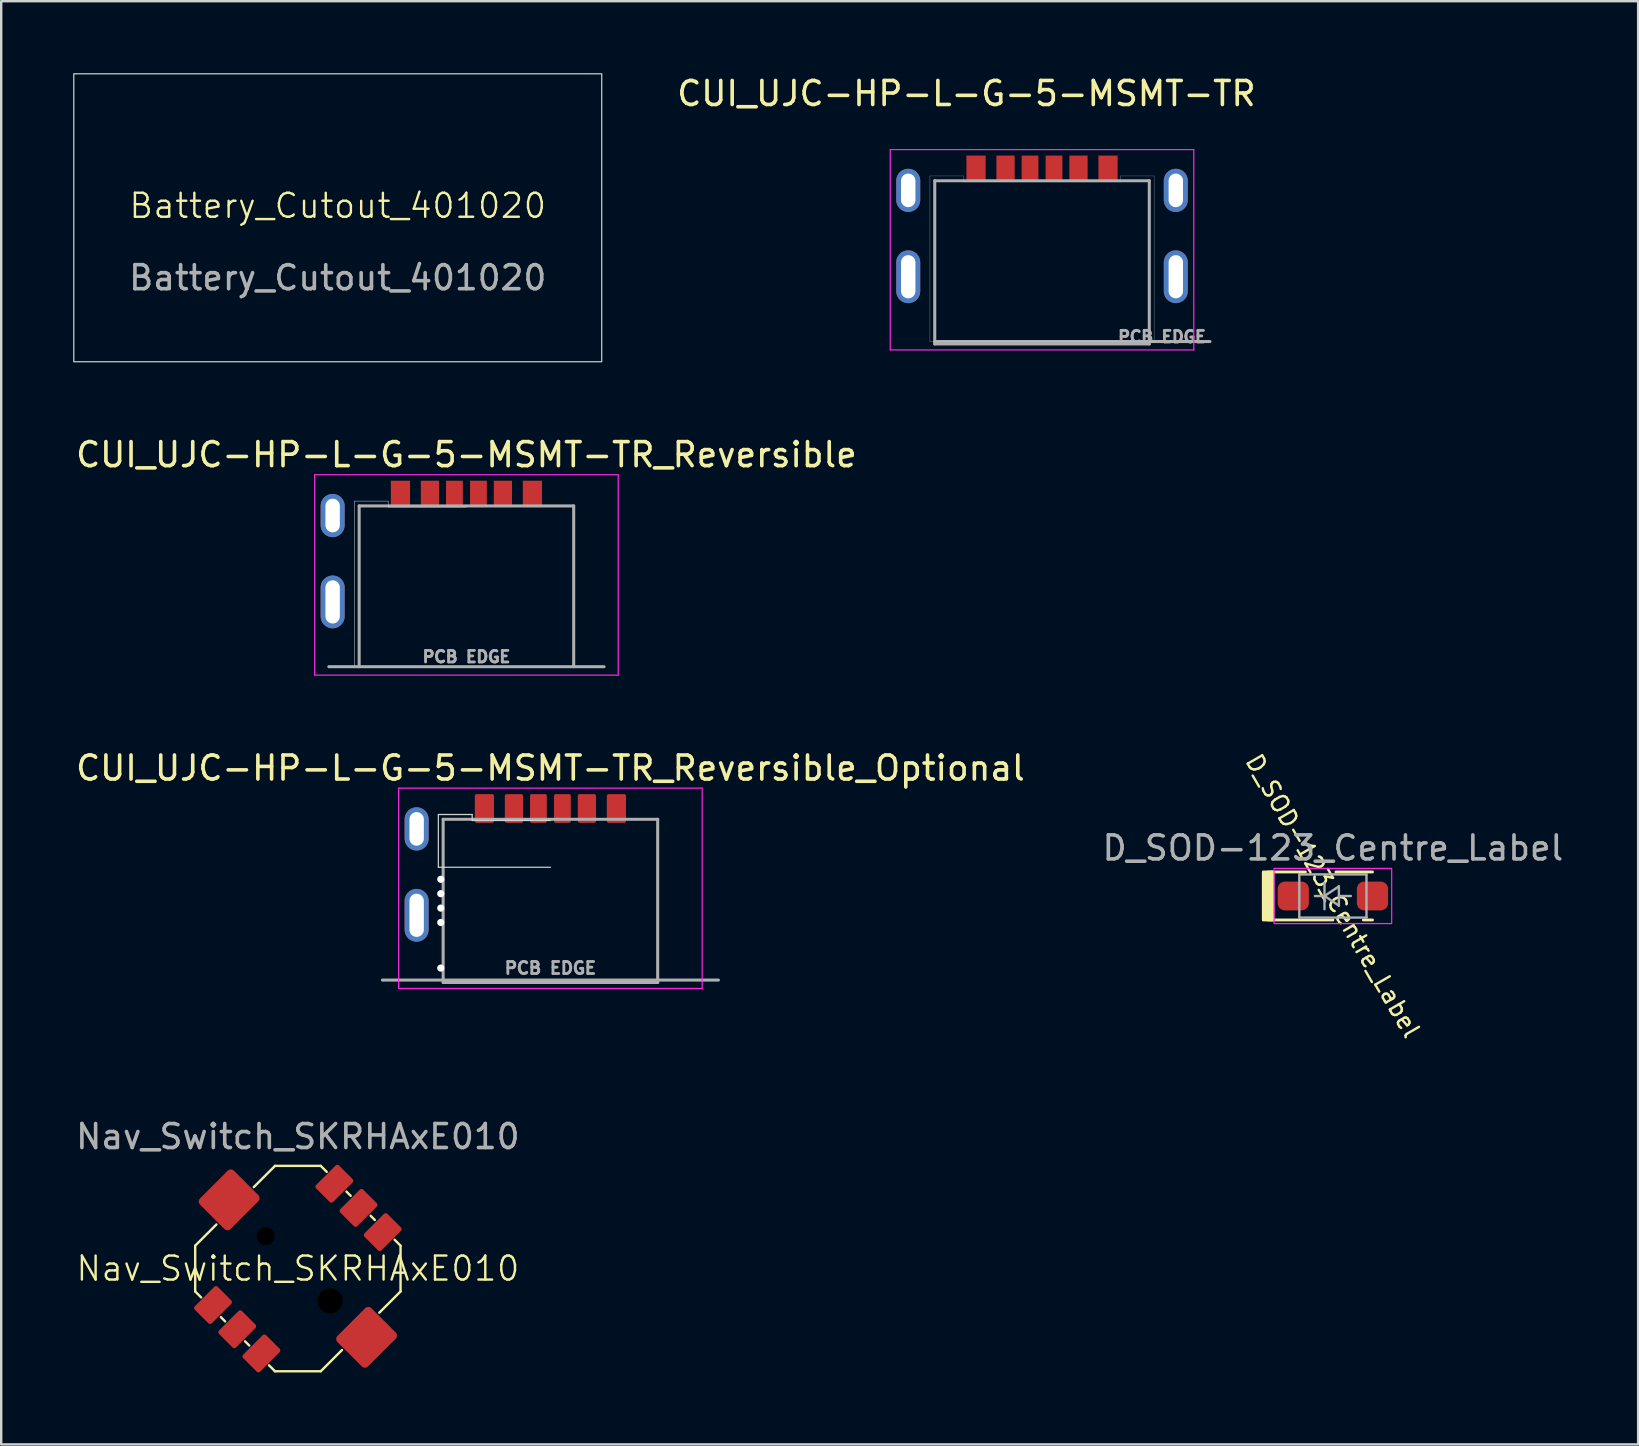
<source format=kicad_pcb>
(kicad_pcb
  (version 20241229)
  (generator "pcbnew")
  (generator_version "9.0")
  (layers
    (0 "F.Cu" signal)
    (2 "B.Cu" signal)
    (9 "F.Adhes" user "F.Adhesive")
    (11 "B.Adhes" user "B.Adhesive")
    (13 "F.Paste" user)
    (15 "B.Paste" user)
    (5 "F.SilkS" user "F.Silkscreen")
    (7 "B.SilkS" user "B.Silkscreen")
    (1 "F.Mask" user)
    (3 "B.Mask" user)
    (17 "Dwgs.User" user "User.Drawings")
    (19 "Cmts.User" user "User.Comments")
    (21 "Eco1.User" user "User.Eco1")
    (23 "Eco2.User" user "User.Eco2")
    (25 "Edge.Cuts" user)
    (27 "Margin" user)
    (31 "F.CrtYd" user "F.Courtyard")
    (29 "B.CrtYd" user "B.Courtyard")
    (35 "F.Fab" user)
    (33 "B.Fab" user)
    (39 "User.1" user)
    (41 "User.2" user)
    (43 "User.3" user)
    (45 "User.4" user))
  (footprint "Battery_Cutout_401020"
    (layer "F.Cu")
    (at 11.025 6.025)
    (property "Reference" "Battery_Cutout_401020" (at 0 -0.5 0) (unlocked yes) (layer "F.SilkS") (effects (font (size 1 1) (thickness 0.1))))
    (attr exclude_from_bom)
    (fp_rect (start -11 -6) (end 11 6) (stroke (width 0.05) (type default)) (fill no) (layer "Edge.Cuts"))
    (fp_text user "${REFERENCE}" (at 0 2.5 0) (unlocked yes) (layer "F.Fab") (effects (font (size 1 1) (thickness 0.15)))))
  (footprint "D_SOD-123_Centre_Label"
    (layer "F.Cu")
    (at 52.494 34.287)
    (property "Reference" "D_SOD-123_Centre_Label" (at 0 0 300) (layer "F.SilkS") (effects (font (size 0.7 0.7) (thickness 0.1))))
    (attr smd)
    (fp_line (start -2.7 -1) (end -1.143 -1) (stroke (width 0.12) (type solid)) (layer "F.SilkS"))
    (fp_line (start -2.7 1) (end 0 1) (stroke (width 0.12) (type solid)) (layer "F.SilkS"))
    (fp_line (start 0.127 -1) (end 1.65 -1) (stroke (width 0.12) (type solid)) (layer "F.SilkS"))
    (fp_line (start 1.27 1) (end 1.65 1) (stroke (width 0.12) (type solid)) (layer "F.SilkS"))
    (fp_rect (start -2.9 -1) (end -2.5 1) (stroke (width 0.12) (type solid)) (fill yes) (layer "F.SilkS"))
    (fp_rect (start -2.45 -1.15) (end 2.45 1.15) (stroke (width 0.05) (type default)) (fill no) (layer "F.CrtYd"))
    (fp_line (start -1.4 -0.9) (end 1.4 -0.9) (stroke (width 0.1) (type solid)) (layer "F.Fab"))
    (fp_line (start -1.4 0.9) (end -1.4 -0.9) (stroke (width 0.1) (type solid)) (layer "F.Fab"))
    (fp_line (start -0.75 0) (end -0.35 0) (stroke (width 0.1) (type solid)) (layer "F.Fab"))
    (fp_line (start -0.35 0) (end -0.35 -0.55) (stroke (width 0.1) (type solid)) (layer "F.Fab"))
    (fp_line (start -0.35 0) (end -0.35 0.55) (stroke (width 0.1) (type solid)) (layer "F.Fab"))
    (fp_line (start -0.35 0) (end 0.25 -0.4) (stroke (width 0.1) (type solid)) (layer "F.Fab"))
    (fp_line (start 0.25 -0.4) (end 0.25 0.4) (stroke (width 0.1) (type solid)) (layer "F.Fab"))
    (fp_line (start 0.25 0) (end 0.75 0) (stroke (width 0.1) (type solid)) (layer "F.Fab"))
    (fp_line (start 0.25 0.4) (end -0.35 0) (stroke (width 0.1) (type solid)) (layer "F.Fab"))
    (fp_line (start 1.4 -0.9) (end 1.4 0.9) (stroke (width 0.1) (type solid)) (layer "F.Fab"))
    (fp_line (start 1.4 0.9) (end -1.4 0.9) (stroke (width 0.1) (type solid)) (layer "F.Fab"))
    (fp_text user "${REFERENCE}" (at 0 -2 0) (layer "F.Fab") (effects (font (size 1 1) (thickness 0.15))))
    (pad "1" smd roundrect (at -1.65 0) (size 1.3 1.2) (layers "F.Cu" "F.Mask" "F.Paste") (roundrect_rratio 0.25))
    (pad "2" smd roundrect (at 1.65 0) (size 1.3 1.2) (layers "F.Cu" "F.Mask" "F.Paste") (roundrect_rratio 0.25)))
  (footprint "CUI_UJC-HP-L-G-5-MSMT-TR_Reversible"
    (layer "F.Cu")
    (at 16.387 22.033)
    (property "Reference" "CUI_UJC-HP-L-G-5-MSMT-TR_Reversible" (at 0 -6.135 0) (layer "F.SilkS") (effects (font (size 1 1) (thickness 0.15))))
    (attr smd)
    (fp_line (start -4.67 -4.2) (end -3.26 -4.2) (stroke (width 0.02) (type solid)) (layer "Edge.Cuts"))
    (fp_line (start -4.67 2.7) (end -4.67 -4.2) (stroke (width 0.02) (type solid)) (layer "Edge.Cuts"))
    (fp_line (start -3.26 -4.2) (end -3.26 -3.95) (stroke (width 0.02) (type solid)) (layer "Edge.Cuts"))
    (fp_line (start -3.26 -3.95) (end 0 -3.95) (stroke (width 0.02) (type solid)) (layer "Edge.Cuts"))
    (fp_line (start -6.325 -5.3) (end -6.325 3.05) (stroke (width 0.05) (type solid)) (layer "F.CrtYd"))
    (fp_line (start -6.325 3.05) (end 6.325 3.05) (stroke (width 0.05) (type solid)) (layer "F.CrtYd"))
    (fp_line (start 6.325 -5.3) (end -6.325 -5.3) (stroke (width 0.05) (type solid)) (layer "F.CrtYd"))
    (fp_line (start 6.325 3.05) (end 6.325 -5.3) (stroke (width 0.05) (type solid)) (layer "F.CrtYd"))
    (fp_line (start -4.47 -4) (end 4.47 -4) (stroke (width 0.127) (type solid)) (layer "F.Fab"))
    (fp_line (start -4.47 2.7) (end -4.47 -4) (stroke (width 0.127) (type solid)) (layer "F.Fab"))
    (fp_line (start 4.47 2.7) (end 4.47 -4) (stroke (width 0.127) (type solid)) (layer "F.Fab"))
    (fp_line (start 5.735 2.7) (end -5.735 2.7) (stroke (width 0.127) (type solid)) (layer "F.Fab"))
    (fp_text user "PCB EDGE" (at 0 2.286 0) (layer "F.Fab") (effects (font (size 0.48 0.48) (thickness 0.15))))
    (pad "A5" smd rect (at -0.5 -4.5) (size 0.7 1.1) (layers "F.Cu" "F.Mask" "F.Paste"))
    (pad "A9" smd rect (at 1.52 -4.5) (size 0.76 1.1) (layers "F.Cu" "F.Mask" "F.Paste"))
    (pad "A12" smd rect (at 2.75 -4.5) (size 0.8 1.1) (layers "F.Cu" "F.Mask" "F.Paste"))
    (pad "B5" smd rect (at 0.5 -4.5) (size 0.7 1.1) (layers "F.Cu" "F.Mask" "F.Paste"))
    (pad "B9" smd rect (at -1.52 -4.5) (size 0.76 1.1) (layers "F.Cu" "F.Mask" "F.Paste"))
    (pad "B12" smd rect (at -2.75 -4.5) (size 0.8 1.1) (layers "F.Cu" "F.Mask" "F.Paste"))
    (pad "S1" thru_hole oval (at -5.575 -3.6) (size 1 1.8) (drill oval 0.6 1.4) (layers "*.Cu" "*.Mask"))
    (pad "S1" thru_hole oval (at -5.575 0) (size 1 2.2) (drill oval 0.6 1.8) (layers "*.Cu" "*.Mask")))
  (footprint "Nav_Switch_SKRHAxE010"
    (layer "F.Cu")
    (at 9.363 49.814)
    (property "Reference" "Nav_Switch_SKRHAxE010" (at 0 0 0) (unlocked yes) (layer "F.SilkS") (effects (font (size 1 1) (thickness 0.1))))
    (attr smd)
    (fp_line (start -4.279 -0.954) (end -3.394 -1.838) (stroke (width 0.1) (type default)) (layer "F.SilkS"))
    (fp_line (start -4.279 0.954) (end -4.279 -0.954) (stroke (width 0.1) (type default)) (layer "F.SilkS"))
    (fp_line (start -4.279 0.954) (end -4.031 1.202) (stroke (width 0.1) (type default)) (layer "F.SilkS"))
    (fp_line (start -3.208 2.024) (end -3.032 2.201) (stroke (width 0.1) (type default)) (layer "F.SilkS"))
    (fp_line (start -2.201 3.032) (end -2.024 3.208) (stroke (width 0.1) (type default)) (layer "F.SilkS"))
    (fp_line (start -0.954 -4.279) (end -1.838 -3.394) (stroke (width 0.1) (type default)) (layer "F.SilkS"))
    (fp_line (start -0.954 -4.279) (end 0.954 -4.279) (stroke (width 0.1) (type default)) (layer "F.SilkS"))
    (fp_line (start -0.954 4.279) (end -1.202 4.031) (stroke (width 0.1) (type default)) (layer "F.SilkS"))
    (fp_line (start -0.954 4.279) (end 0.954 4.279) (stroke (width 0.1) (type default)) (layer "F.SilkS"))
    (fp_line (start 0.954 -4.279) (end 1.202 -4.031) (stroke (width 0.1) (type default)) (layer "F.SilkS"))
    (fp_line (start 0.954 4.279) (end 1.838 3.394) (stroke (width 0.1) (type default)) (layer "F.SilkS"))
    (fp_line (start 2.024 -3.208) (end 2.201 -3.032) (stroke (width 0.1) (type default)) (layer "F.SilkS"))
    (fp_line (start 3.032 -2.201) (end 3.208 -2.024) (stroke (width 0.1) (type default)) (layer "F.SilkS"))
    (fp_line (start 4.279 -0.954) (end 4.031 -1.202) (stroke (width 0.1) (type default)) (layer "F.SilkS"))
    (fp_line (start 4.279 0.954) (end 3.394 1.838) (stroke (width 0.1) (type default)) (layer "F.SilkS"))
    (fp_line (start 4.279 0.954) (end 4.279 -0.954) (stroke (width 0.1) (type default)) (layer "F.SilkS"))
    (fp_text user "${REFERENCE}" (at 0 -5.5 0) (unlocked yes) (layer "F.Fab") (effects (font (size 1 1) (thickness 0.15))))
    (pad "" smd roundrect (at -2.864 -2.864 45) (size 2 1.8) (layers "F.Cu" "F.Mask" "F.Paste") (roundrect_rratio 0.1))
    (pad "" np_thru_hole circle (at -1.344 -1.344 45) (size 0.75 0.75) (drill 0.75) (layers "*.Mask"))
    (pad "" np_thru_hole circle (at 1.344 1.344 45) (size 1.05 1.05) (drill 1.05) (layers "*.Mask"))
    (pad "" smd roundrect (at 2.864 2.864 45) (size 2 1.8) (layers "F.Cu" "F.Mask" "F.Paste") (roundrect_rratio 0.1))
    (pad "1" smd roundrect (at -3.536 1.52 45) (size 1.35 1) (layers "F.Cu" "F.Mask" "F.Paste") (roundrect_rratio 0.1))
    (pad "2" smd roundrect (at -2.528 2.528 45) (size 1.35 1) (layers "F.Cu" "F.Mask" "F.Paste") (roundrect_rratio 0.1))
    (pad "3" smd roundrect (at -1.52 3.536 45) (size 1.35 1) (layers "F.Cu" "F.Mask" "F.Paste") (roundrect_rratio 0.1))
    (pad "4" smd roundrect (at 1.52 -3.536 45) (size 1.35 1) (layers "F.Cu" "F.Mask" "F.Paste") (roundrect_rratio 0.1))
    (pad "5" smd roundrect (at 2.528 -2.528 45) (size 1.35 1) (layers "F.Cu" "F.Mask" "F.Paste") (roundrect_rratio 0.1))
    (pad "6" smd roundrect (at 3.536 -1.52 45) (size 1.35 1) (layers "F.Cu" "F.Mask" "F.Paste") (roundrect_rratio 0.1)))
  (footprint "CUI_UJC-HP-L-G-5-MSMT-TR"
    (layer "F.Cu")
    (at 40.373 8.483)
    (property "Reference" "CUI_UJC-HP-L-G-5-MSMT-TR" (at -3.15 -7.635 0) (layer "F.SilkS") (effects (font (size 1 1) (thickness 0.15))))
    (attr smd)
    (fp_line (start -4.67 -4.2) (end -3.26 -4.2) (stroke (width 0.01) (type solid)) (layer "Edge.Cuts"))
    (fp_line (start -4.67 2.7) (end -4.67 -4.2) (stroke (width 0.01) (type solid)) (layer "Edge.Cuts"))
    (fp_line (start -3.26 -4.2) (end -3.26 -3.95) (stroke (width 0.01) (type solid)) (layer "Edge.Cuts"))
    (fp_line (start -3.26 -3.95) (end 3.26 -3.95) (stroke (width 0.01) (type solid)) (layer "Edge.Cuts"))
    (fp_line (start 3.26 -4.2) (end 4.67 -4.2) (stroke (width 0.01) (type solid)) (layer "Edge.Cuts"))
    (fp_line (start 3.26 -3.95) (end 3.26 -4.2) (stroke (width 0.01) (type solid)) (layer "Edge.Cuts"))
    (fp_line (start 4.67 -4.2) (end 4.67 2.7) (stroke (width 0.01) (type solid)) (layer "Edge.Cuts"))
    (fp_line (start 4.67 2.7) (end -4.67 2.7) (stroke (width 0.01) (type solid)) (layer "Edge.Cuts"))
    (fp_line (start -6.325 -5.3) (end -6.325 3.05) (stroke (width 0.05) (type solid)) (layer "F.CrtYd"))
    (fp_line (start -6.325 3.05) (end 6.325 3.05) (stroke (width 0.05) (type solid)) (layer "F.CrtYd"))
    (fp_line (start 6.325 -5.3) (end -6.325 -5.3) (stroke (width 0.05) (type solid)) (layer "F.CrtYd"))
    (fp_line (start 6.325 3.05) (end 6.325 -5.3) (stroke (width 0.05) (type solid)) (layer "F.CrtYd"))
    (fp_line (start -4.47 -4) (end 4.47 -4) (stroke (width 0.127) (type solid)) (layer "F.Fab"))
    (fp_line (start -4.47 2.7) (end -4.47 -4) (stroke (width 0.127) (type solid)) (layer "F.Fab"))
    (fp_line (start -4.47 2.8) (end -4.47 2.7) (stroke (width 0.127) (type solid)) (layer "F.Fab"))
    (fp_line (start 4.47 -4) (end 4.47 2.8) (stroke (width 0.127) (type solid)) (layer "F.Fab"))
    (fp_line (start 4.47 2.8) (end -4.47 2.8) (stroke (width 0.127) (type solid)) (layer "F.Fab"))
    (fp_line (start 7 2.7) (end -4.47 2.7) (stroke (width 0.127) (type solid)) (layer "F.Fab"))
    (fp_text user "PCB EDGE" (at 5 2.5 0) (layer "F.Fab") (effects (font (size 0.48 0.48) (thickness 0.15))))
    (pad "A5" smd rect (at -0.5 -4.5) (size 0.7 1.1) (layers "F.Cu" "F.Mask" "F.Paste"))
    (pad "A9" smd rect (at 1.52 -4.5) (size 0.76 1.1) (layers "F.Cu" "F.Mask" "F.Paste"))
    (pad "A12" smd rect (at 2.75 -4.5) (size 0.8 1.1) (layers "F.Cu" "F.Mask" "F.Paste"))
    (pad "B5" smd rect (at 0.5 -4.5) (size 0.7 1.1) (layers "F.Cu" "F.Mask" "F.Paste"))
    (pad "B9" smd rect (at -1.52 -4.5) (size 0.76 1.1) (layers "F.Cu" "F.Mask" "F.Paste"))
    (pad "B12" smd rect (at -2.75 -4.5) (size 0.8 1.1) (layers "F.Cu" "F.Mask" "F.Paste"))
    (pad "SH1" thru_hole oval (at -5.575 0) (size 1 2.2) (drill oval 0.6 1.8) (layers "*.Cu" "*.Mask"))
    (pad "SH2" thru_hole oval (at 5.575 0) (size 1 2.2) (drill oval 0.6 1.8) (layers "*.Cu" "*.Mask"))
    (pad "SH3" thru_hole oval (at -5.575 -3.6) (size 1 1.8) (drill oval 0.6 1.4) (layers "*.Cu" "*.Mask"))
    (pad "SH4" thru_hole oval (at 5.575 -3.6) (size 1 1.8) (drill oval 0.6 1.4) (layers "*.Cu" "*.Mask")))
  (footprint "CUI_UJC-HP-L-G-5-MSMT-TR_Reversible_Optional"
    (layer "F.Cu")
    (at 19.887 35.092)
    (property "Reference" "CUI_UJC-HP-L-G-5-MSMT-TR_Reversible_Optional" (at 0 -6.135 0) (layer "F.SilkS") (effects (font (size 1 1) (thickness 0.15))))
    (attr smd)
    (fp_line (start -4.67 -4.2) (end -3.26 -4.2) (stroke (width 0.05) (type solid)) (layer "Edge.Cuts"))
    (fp_line (start -4.67 -2) (end -4.67 -4.2) (stroke (width 0.05) (type solid)) (layer "Edge.Cuts"))
    (fp_line (start -4.67 -2) (end 0 -2) (stroke (width 0.05) (type default)) (layer "Edge.Cuts"))
    (fp_line (start -3.26 -4.2) (end -3.26 -3.95) (stroke (width 0.05) (type solid)) (layer "Edge.Cuts"))
    (fp_line (start -3.26 -3.95) (end 0 -3.95) (stroke (width 0.05) (type solid)) (layer "Edge.Cuts"))
    (fp_line (start -6.325 -5.3) (end -6.325 3.05) (stroke (width 0.05) (type solid)) (layer "F.CrtYd"))
    (fp_line (start -6.325 3.05) (end 6.325 3.05) (stroke (width 0.05) (type solid)) (layer "F.CrtYd"))
    (fp_line (start 6.325 -5.3) (end -6.325 -5.3) (stroke (width 0.05) (type solid)) (layer "F.CrtYd"))
    (fp_line (start 6.325 3.05) (end 6.325 -5.3) (stroke (width 0.05) (type solid)) (layer "F.CrtYd"))
    (fp_line (start -4.47 -4) (end 4.47 -4) (stroke (width 0.127) (type solid)) (layer "F.Fab"))
    (fp_line (start -4.47 2.7) (end -4.47 -4) (stroke (width 0.127) (type solid)) (layer "F.Fab"))
    (fp_line (start -4.47 2.8) (end -4.47 2.7) (stroke (width 0.127) (type solid)) (layer "F.Fab"))
    (fp_line (start 4.47 -4) (end 4.47 2.8) (stroke (width 0.127) (type solid)) (layer "F.Fab"))
    (fp_line (start 4.47 2.8) (end -4.47 2.8) (stroke (width 0.127) (type solid)) (layer "F.Fab"))
    (fp_line (start 7 2.7) (end -7 2.7) (stroke (width 0.127) (type solid)) (layer "F.Fab"))
    (fp_text user "PCB EDGE" (at 0 2.2 0) (layer "F.Fab") (effects (font (size 0.5 0.5) (thickness 0.12))))
    (pad "" np_thru_hole circle (at -4.57 -1.5) (size 0.3 0.3) (drill 0.3) (layers "*.Cu" "*.Mask"))
    (pad "" np_thru_hole circle (at -4.57 -0.9) (size 0.3 0.3) (drill 0.3) (layers "*.Cu" "*.Mask"))
    (pad "" np_thru_hole circle (at -4.57 -0.3) (size 0.3 0.3) (drill 0.3) (layers "*.Cu" "*.Mask" "Eco1.User"))
    (pad "" np_thru_hole circle (at -4.57 0.3) (size 0.3 0.3) (drill 0.3) (layers "*.Cu" "*.Mask"))
    (pad "" np_thru_hole circle (at -4.57 2.2) (size 0.3 0.3) (drill 0.3) (layers "*.Cu" "*.Mask"))
    (pad "A5" smd roundrect (at -0.5 -4.45) (size 0.7 1.2) (layers "F.Cu" "F.Mask" "F.Paste") (roundrect_rratio 0.1))
    (pad "A9" smd roundrect (at 1.52 -4.45) (size 0.76 1.2) (layers "F.Cu" "F.Mask" "F.Paste") (roundrect_rratio 0.1))
    (pad "A12" smd roundrect (at 2.75 -4.45) (size 0.8 1.2) (layers "F.Cu" "F.Mask" "F.Paste") (roundrect_rratio 0.1))
    (pad "B5" smd roundrect (at 0.5 -4.45) (size 0.7 1.2) (layers "F.Cu" "F.Mask" "F.Paste") (roundrect_rratio 0.1))
    (pad "B9" smd roundrect (at -1.52 -4.45) (size 0.76 1.2) (layers "F.Cu" "F.Mask" "F.Paste") (roundrect_rratio 0.1))
    (pad "B12" smd roundrect (at -2.75 -4.45) (size 0.8 1.2) (layers "F.Cu" "F.Mask" "F.Paste") (roundrect_rratio 0.1))
    (pad "S1" thru_hole oval (at -5.575 -3.6) (size 1 1.8) (drill oval 0.6 1.4) (layers "*.Cu" "*.Mask"))
    (pad "S1" thru_hole oval (at -5.575 0) (size 1 2.2) (drill oval 0.6 1.8) (layers "*.Cu" "*.Mask")))
  (gr_rect
    (start -3 -3)
    (end 65.214 57.142)
    (stroke (width 0.1) (type default))
    (fill no)
    (layer "Edge.Cuts")))
</source>
